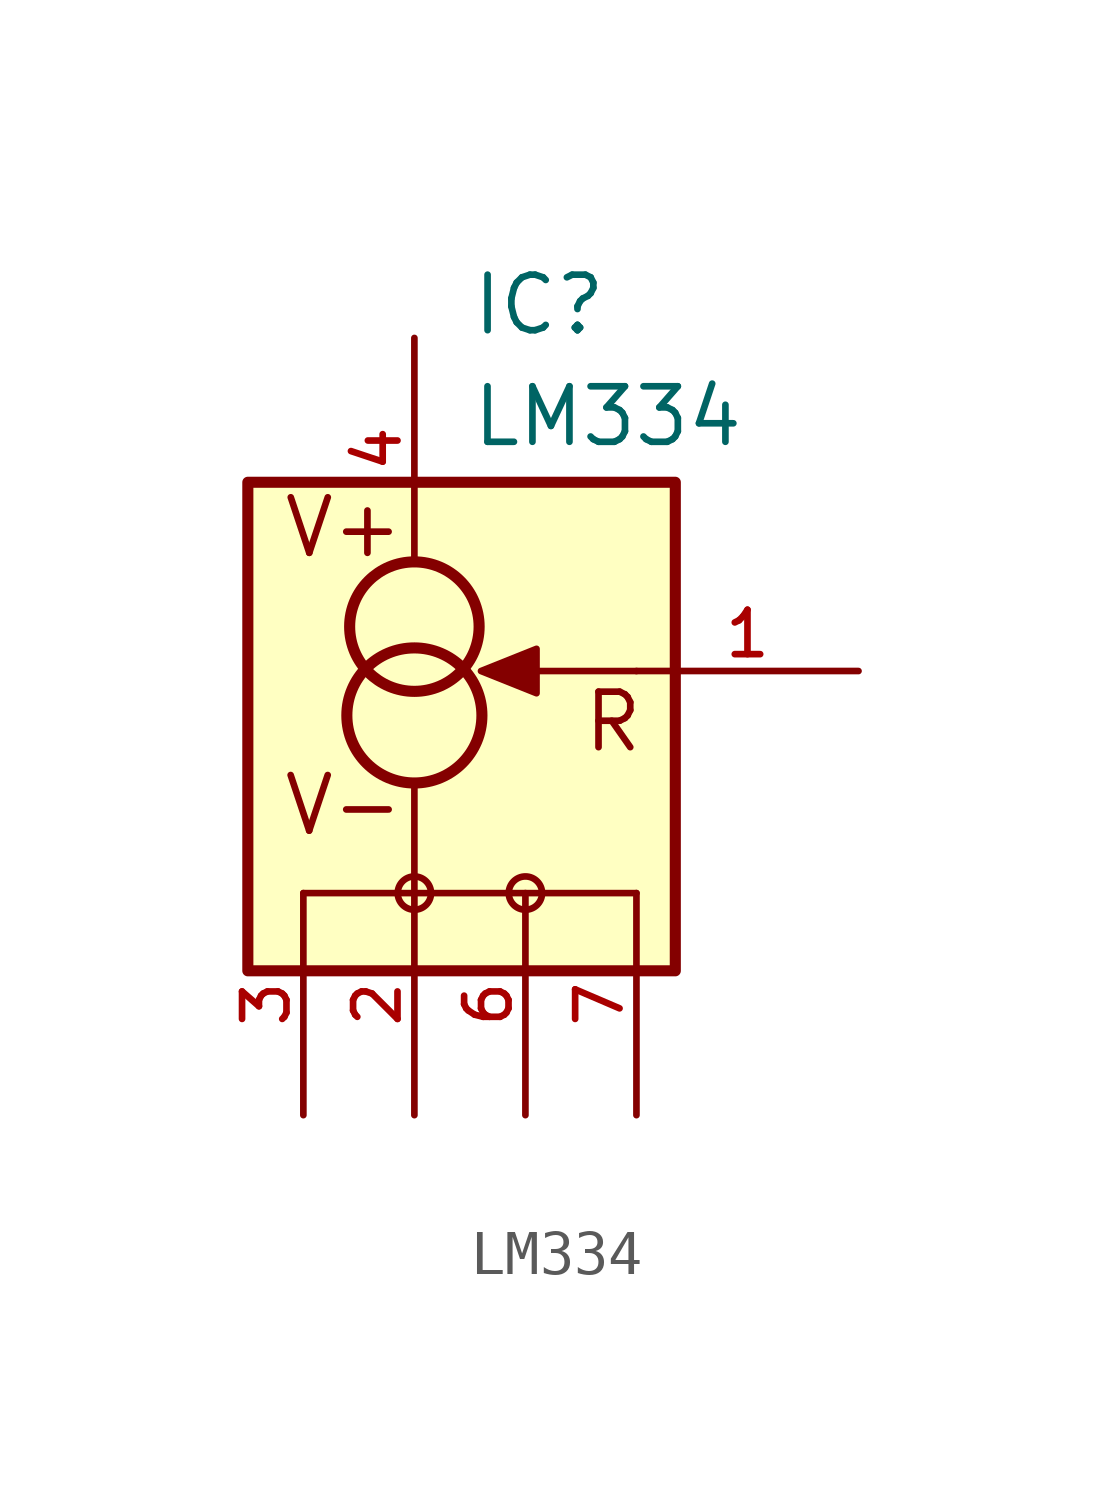
<source format=kicad_sym>
(kicad_symbol_lib
  (version 20211014)
  (generator kicad_symbol_editor)
  (symbol "LM334"
    (pin_names
      (offset 1.016))
    (property "Reference" "IC"
      (at 1.272 7.634 0)
      (effects (font (size 1.27 1.27)) (justify bottom left)))
    (property "Value" "LM334"
      (at 1.27 5.081 0)
      (effects (font (size 1.27 1.27)) (justify bottom left)))
    (symbol "LM334_0_0"
      (polyline (pts (xy 5.08 0.0) (xy 1.778 0.0)) (stroke (width 0.152)))
      (polyline (pts (xy -2.54 -5.08) (xy 0.0 -5.08)) (stroke (width 0.152)))
      (polyline (pts (xy 0.0 -5.08) (xy 5.08 -5.08)) (stroke (width 0.152)))
      (polyline (pts (xy 0.0 -5.08) (xy 0.0 -2.54)) (stroke (width 0.152)))
      (circle (center 0.0 1.016) (radius 1.481) (stroke (width 0.254)) (fill (type none)))
      (circle (center 0.0 -1.016) (radius 1.545) (stroke (width 0.254)) (fill (type none)))
      (circle (center 0.0 -5.08) (radius 0.381) (stroke (width 0.0)) (fill (type none)))
      (circle (center 2.54 -5.08) (radius 0.381) (stroke (width 0.0)) (fill (type none)))
      (text "V+" (at -3.049 2.541 0) (effects (font (size 1.27 1.27)) (justify bottom left)))
      (text "V-" (at -3.052 -3.815 0) (effects (font (size 1.272 1.272)) (justify bottom left)))
      (text "R" (at 3.81 -1.905 0) (effects (font (size 1.27 1.27)) (justify bottom left)))
      (polyline (pts (xy 1.524 0.0) (xy 2.794 0.508) (xy 2.794 -0.508) (xy 1.524 0.0)) (stroke (width 0.152)) (fill (type outline)))
      (rectangle (start -3.81 -6.858) (end 5.969 4.318) (stroke (width 0.254)) (fill (type background)))
      (pin passive line (at 0.0 7.62 270.0) (length 5.08) (name "~" (effects (font (size 1.016 1.016)))) (number "4" (effects (font (size 1.016 1.016)))))
      (pin passive line (at 0.0 -10.16 90.0) (length 5.08) (name "~" (effects (font (size 1.016 1.016)))) (number "2" (effects (font (size 1.016 1.016)))))
      (pin passive line (at 10.16 0.0 180.0) (length 5.08) (name "~" (effects (font (size 1.016 1.016)))) (number "1" (effects (font (size 1.016 1.016)))))
      (pin passive line (at -2.54 -10.16 90.0) (length 5.08) (name "~" (effects (font (size 1.016 1.016)))) (number "3" (effects (font (size 1.016 1.016)))))
      (pin passive line (at 2.54 -10.16 90.0) (length 5.08) (name "~" (effects (font (size 1.016 1.016)))) (number "6" (effects (font (size 1.016 1.016)))))
      (pin passive line (at 5.08 -10.16 90.0) (length 5.08) (name "~" (effects (font (size 1.016 1.016)))) (number "7" (effects (font (size 1.016 1.016))))))))
</source>
